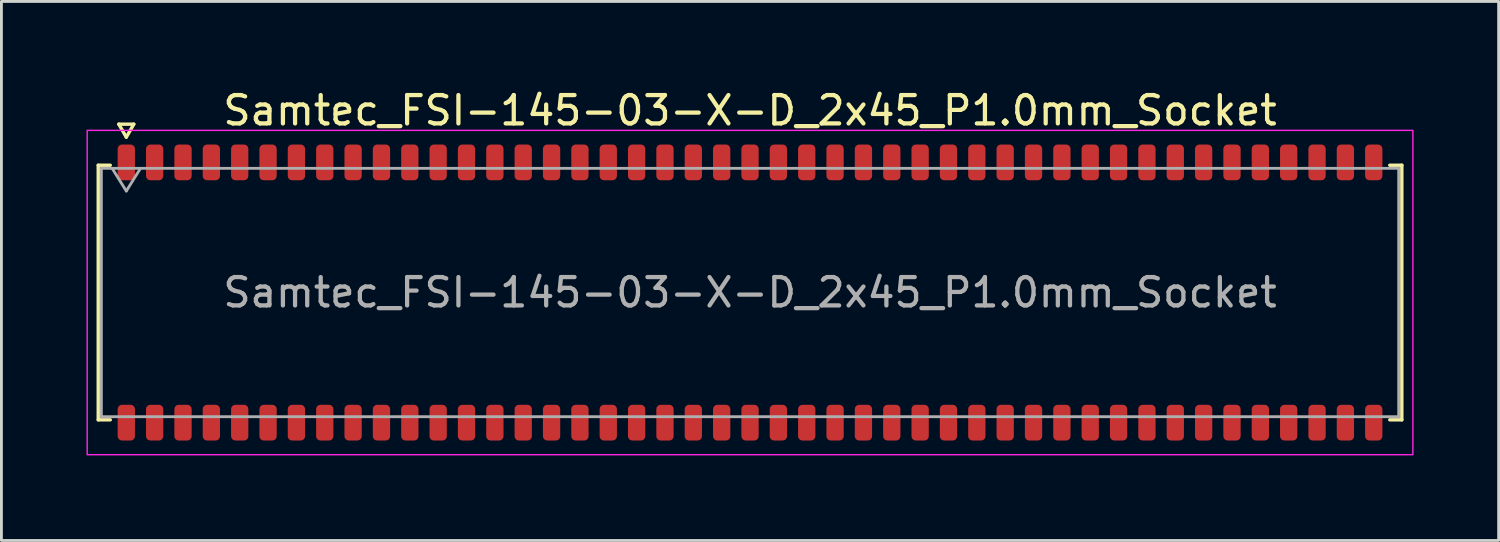
<source format=kicad_pcb>
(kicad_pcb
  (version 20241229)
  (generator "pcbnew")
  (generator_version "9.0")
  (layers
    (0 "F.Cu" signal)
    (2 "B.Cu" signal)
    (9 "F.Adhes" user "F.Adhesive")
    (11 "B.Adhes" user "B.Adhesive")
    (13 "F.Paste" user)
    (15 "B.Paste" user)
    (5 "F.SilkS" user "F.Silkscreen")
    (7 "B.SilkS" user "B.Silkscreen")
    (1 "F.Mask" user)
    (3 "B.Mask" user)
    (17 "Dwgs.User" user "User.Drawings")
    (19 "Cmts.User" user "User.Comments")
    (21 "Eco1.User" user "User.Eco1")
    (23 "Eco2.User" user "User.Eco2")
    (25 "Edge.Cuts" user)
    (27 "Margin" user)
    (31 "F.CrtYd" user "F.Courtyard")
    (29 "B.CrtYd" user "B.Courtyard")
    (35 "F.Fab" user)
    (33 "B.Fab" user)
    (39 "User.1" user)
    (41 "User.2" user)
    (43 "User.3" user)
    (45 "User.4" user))
  (footprint "Samtec_FSI-145-03-X-D_2x45_P1.0mm_Socket"
    (layer "F.Cu")
    (at 23.405 7.268)
    (property "Reference" "Samtec_FSI-145-03-X-D_2x45_P1.0mm_Socket" (at 0 -6.42 0) (layer "F.SilkS") (effects (font (size 1 1) (thickness 0.15))))
    (attr smd)
    (fp_line (start -22.99 -4.49) (end -22.565 -4.49) (stroke (width 0.12) (type solid)) (layer "F.SilkS"))
    (fp_line (start -22.99 4.49) (end -22.99 -4.49) (stroke (width 0.12) (type solid)) (layer "F.SilkS"))
    (fp_line (start -22.565 4.49) (end -22.99 4.49) (stroke (width 0.12) (type solid)) (layer "F.SilkS"))
    (fp_line (start -22.264 -5.938) (end -22 -5.48) (stroke (width 0.12) (type solid)) (layer "F.SilkS"))
    (fp_line (start -22 -5.48) (end -21.736 -5.938) (stroke (width 0.12) (type solid)) (layer "F.SilkS"))
    (fp_line (start -21.736 -5.938) (end -22.264 -5.938) (stroke (width 0.12) (type solid)) (layer "F.SilkS"))
    (fp_line (start 22.565 -4.49) (end 22.99 -4.49) (stroke (width 0.12) (type solid)) (layer "F.SilkS"))
    (fp_line (start 22.99 -4.49) (end 22.99 4.49) (stroke (width 0.12) (type solid)) (layer "F.SilkS"))
    (fp_line (start 22.99 4.49) (end 22.565 4.49) (stroke (width 0.12) (type solid)) (layer "F.SilkS"))
    (fp_rect (start -23.38 -5.72) (end 23.38 5.72) (stroke (width 0.05) (type solid)) (fill no) (layer "F.CrtYd"))
    (fp_line (start -22.88 -4.38) (end 22.88 -4.38) (stroke (width 0.1) (type solid)) (layer "F.Fab"))
    (fp_line (start -22.88 4.38) (end -22.88 -4.38) (stroke (width 0.1) (type solid)) (layer "F.Fab"))
    (fp_line (start -22.5 -4.38) (end -22 -3.58) (stroke (width 0.1) (type solid)) (layer "F.Fab"))
    (fp_line (start -22 -3.58) (end -21.5 -4.38) (stroke (width 0.1) (type solid)) (layer "F.Fab"))
    (fp_line (start 22.88 -4.38) (end 22.88 4.38) (stroke (width 0.1) (type solid)) (layer "F.Fab"))
    (fp_line (start 22.88 4.38) (end -22.88 4.38) (stroke (width 0.1) (type solid)) (layer "F.Fab"))
    (fp_text user "${REFERENCE}" (at 0 0 0) (layer "F.Fab") (effects (font (size 1 1) (thickness 0.15))))
    (pad "1" smd roundrect (at -22 -4.59) (size 0.61 1.26) (layers "F.Cu" "F.Mask" "F.Paste") (roundrect_rratio 0.25))
    (pad "2" smd roundrect (at -22 4.59) (size 0.61 1.26) (layers "F.Cu" "F.Mask" "F.Paste") (roundrect_rratio 0.25))
    (pad "3" smd roundrect (at -21 -4.59) (size 0.61 1.26) (layers "F.Cu" "F.Mask" "F.Paste") (roundrect_rratio 0.25))
    (pad "4" smd roundrect (at -21 4.59) (size 0.61 1.26) (layers "F.Cu" "F.Mask" "F.Paste") (roundrect_rratio 0.25))
    (pad "5" smd roundrect (at -20 -4.59) (size 0.61 1.26) (layers "F.Cu" "F.Mask" "F.Paste") (roundrect_rratio 0.25))
    (pad "6" smd roundrect (at -20 4.59) (size 0.61 1.26) (layers "F.Cu" "F.Mask" "F.Paste") (roundrect_rratio 0.25))
    (pad "7" smd roundrect (at -19 -4.59) (size 0.61 1.26) (layers "F.Cu" "F.Mask" "F.Paste") (roundrect_rratio 0.25))
    (pad "8" smd roundrect (at -19 4.59) (size 0.61 1.26) (layers "F.Cu" "F.Mask" "F.Paste") (roundrect_rratio 0.25))
    (pad "9" smd roundrect (at -18 -4.59) (size 0.61 1.26) (layers "F.Cu" "F.Mask" "F.Paste") (roundrect_rratio 0.25))
    (pad "10" smd roundrect (at -18 4.59) (size 0.61 1.26) (layers "F.Cu" "F.Mask" "F.Paste") (roundrect_rratio 0.25))
    (pad "11" smd roundrect (at -17 -4.59) (size 0.61 1.26) (layers "F.Cu" "F.Mask" "F.Paste") (roundrect_rratio 0.25))
    (pad "12" smd roundrect (at -17 4.59) (size 0.61 1.26) (layers "F.Cu" "F.Mask" "F.Paste") (roundrect_rratio 0.25))
    (pad "13" smd roundrect (at -16 -4.59) (size 0.61 1.26) (layers "F.Cu" "F.Mask" "F.Paste") (roundrect_rratio 0.25))
    (pad "14" smd roundrect (at -16 4.59) (size 0.61 1.26) (layers "F.Cu" "F.Mask" "F.Paste") (roundrect_rratio 0.25))
    (pad "15" smd roundrect (at -15 -4.59) (size 0.61 1.26) (layers "F.Cu" "F.Mask" "F.Paste") (roundrect_rratio 0.25))
    (pad "16" smd roundrect (at -15 4.59) (size 0.61 1.26) (layers "F.Cu" "F.Mask" "F.Paste") (roundrect_rratio 0.25))
    (pad "17" smd roundrect (at -14 -4.59) (size 0.61 1.26) (layers "F.Cu" "F.Mask" "F.Paste") (roundrect_rratio 0.25))
    (pad "18" smd roundrect (at -14 4.59) (size 0.61 1.26) (layers "F.Cu" "F.Mask" "F.Paste") (roundrect_rratio 0.25))
    (pad "19" smd roundrect (at -13 -4.59) (size 0.61 1.26) (layers "F.Cu" "F.Mask" "F.Paste") (roundrect_rratio 0.25))
    (pad "20" smd roundrect (at -13 4.59) (size 0.61 1.26) (layers "F.Cu" "F.Mask" "F.Paste") (roundrect_rratio 0.25))
    (pad "21" smd roundrect (at -12 -4.59) (size 0.61 1.26) (layers "F.Cu" "F.Mask" "F.Paste") (roundrect_rratio 0.25))
    (pad "22" smd roundrect (at -12 4.59) (size 0.61 1.26) (layers "F.Cu" "F.Mask" "F.Paste") (roundrect_rratio 0.25))
    (pad "23" smd roundrect (at -11 -4.59) (size 0.61 1.26) (layers "F.Cu" "F.Mask" "F.Paste") (roundrect_rratio 0.25))
    (pad "24" smd roundrect (at -11 4.59) (size 0.61 1.26) (layers "F.Cu" "F.Mask" "F.Paste") (roundrect_rratio 0.25))
    (pad "25" smd roundrect (at -10 -4.59) (size 0.61 1.26) (layers "F.Cu" "F.Mask" "F.Paste") (roundrect_rratio 0.25))
    (pad "26" smd roundrect (at -10 4.59) (size 0.61 1.26) (layers "F.Cu" "F.Mask" "F.Paste") (roundrect_rratio 0.25))
    (pad "27" smd roundrect (at -9 -4.59) (size 0.61 1.26) (layers "F.Cu" "F.Mask" "F.Paste") (roundrect_rratio 0.25))
    (pad "28" smd roundrect (at -9 4.59) (size 0.61 1.26) (layers "F.Cu" "F.Mask" "F.Paste") (roundrect_rratio 0.25))
    (pad "29" smd roundrect (at -8 -4.59) (size 0.61 1.26) (layers "F.Cu" "F.Mask" "F.Paste") (roundrect_rratio 0.25))
    (pad "30" smd roundrect (at -8 4.59) (size 0.61 1.26) (layers "F.Cu" "F.Mask" "F.Paste") (roundrect_rratio 0.25))
    (pad "31" smd roundrect (at -7 -4.59) (size 0.61 1.26) (layers "F.Cu" "F.Mask" "F.Paste") (roundrect_rratio 0.25))
    (pad "32" smd roundrect (at -7 4.59) (size 0.61 1.26) (layers "F.Cu" "F.Mask" "F.Paste") (roundrect_rratio 0.25))
    (pad "33" smd roundrect (at -6 -4.59) (size 0.61 1.26) (layers "F.Cu" "F.Mask" "F.Paste") (roundrect_rratio 0.25))
    (pad "34" smd roundrect (at -6 4.59) (size 0.61 1.26) (layers "F.Cu" "F.Mask" "F.Paste") (roundrect_rratio 0.25))
    (pad "35" smd roundrect (at -5 -4.59) (size 0.61 1.26) (layers "F.Cu" "F.Mask" "F.Paste") (roundrect_rratio 0.25))
    (pad "36" smd roundrect (at -5 4.59) (size 0.61 1.26) (layers "F.Cu" "F.Mask" "F.Paste") (roundrect_rratio 0.25))
    (pad "37" smd roundrect (at -4 -4.59) (size 0.61 1.26) (layers "F.Cu" "F.Mask" "F.Paste") (roundrect_rratio 0.25))
    (pad "38" smd roundrect (at -4 4.59) (size 0.61 1.26) (layers "F.Cu" "F.Mask" "F.Paste") (roundrect_rratio 0.25))
    (pad "39" smd roundrect (at -3 -4.59) (size 0.61 1.26) (layers "F.Cu" "F.Mask" "F.Paste") (roundrect_rratio 0.25))
    (pad "40" smd roundrect (at -3 4.59) (size 0.61 1.26) (layers "F.Cu" "F.Mask" "F.Paste") (roundrect_rratio 0.25))
    (pad "41" smd roundrect (at -2 -4.59) (size 0.61 1.26) (layers "F.Cu" "F.Mask" "F.Paste") (roundrect_rratio 0.25))
    (pad "42" smd roundrect (at -2 4.59) (size 0.61 1.26) (layers "F.Cu" "F.Mask" "F.Paste") (roundrect_rratio 0.25))
    (pad "43" smd roundrect (at -1 -4.59) (size 0.61 1.26) (layers "F.Cu" "F.Mask" "F.Paste") (roundrect_rratio 0.25))
    (pad "44" smd roundrect (at -1 4.59) (size 0.61 1.26) (layers "F.Cu" "F.Mask" "F.Paste") (roundrect_rratio 0.25))
    (pad "45" smd roundrect (at 0 -4.59) (size 0.61 1.26) (layers "F.Cu" "F.Mask" "F.Paste") (roundrect_rratio 0.25))
    (pad "46" smd roundrect (at 0 4.59) (size 0.61 1.26) (layers "F.Cu" "F.Mask" "F.Paste") (roundrect_rratio 0.25))
    (pad "47" smd roundrect (at 1 -4.59) (size 0.61 1.26) (layers "F.Cu" "F.Mask" "F.Paste") (roundrect_rratio 0.25))
    (pad "48" smd roundrect (at 1 4.59) (size 0.61 1.26) (layers "F.Cu" "F.Mask" "F.Paste") (roundrect_rratio 0.25))
    (pad "49" smd roundrect (at 2 -4.59) (size 0.61 1.26) (layers "F.Cu" "F.Mask" "F.Paste") (roundrect_rratio 0.25))
    (pad "50" smd roundrect (at 2 4.59) (size 0.61 1.26) (layers "F.Cu" "F.Mask" "F.Paste") (roundrect_rratio 0.25))
    (pad "51" smd roundrect (at 3 -4.59) (size 0.61 1.26) (layers "F.Cu" "F.Mask" "F.Paste") (roundrect_rratio 0.25))
    (pad "52" smd roundrect (at 3 4.59) (size 0.61 1.26) (layers "F.Cu" "F.Mask" "F.Paste") (roundrect_rratio 0.25))
    (pad "53" smd roundrect (at 4 -4.59) (size 0.61 1.26) (layers "F.Cu" "F.Mask" "F.Paste") (roundrect_rratio 0.25))
    (pad "54" smd roundrect (at 4 4.59) (size 0.61 1.26) (layers "F.Cu" "F.Mask" "F.Paste") (roundrect_rratio 0.25))
    (pad "55" smd roundrect (at 5 -4.59) (size 0.61 1.26) (layers "F.Cu" "F.Mask" "F.Paste") (roundrect_rratio 0.25))
    (pad "56" smd roundrect (at 5 4.59) (size 0.61 1.26) (layers "F.Cu" "F.Mask" "F.Paste") (roundrect_rratio 0.25))
    (pad "57" smd roundrect (at 6 -4.59) (size 0.61 1.26) (layers "F.Cu" "F.Mask" "F.Paste") (roundrect_rratio 0.25))
    (pad "58" smd roundrect (at 6 4.59) (size 0.61 1.26) (layers "F.Cu" "F.Mask" "F.Paste") (roundrect_rratio 0.25))
    (pad "59" smd roundrect (at 7 -4.59) (size 0.61 1.26) (layers "F.Cu" "F.Mask" "F.Paste") (roundrect_rratio 0.25))
    (pad "60" smd roundrect (at 7 4.59) (size 0.61 1.26) (layers "F.Cu" "F.Mask" "F.Paste") (roundrect_rratio 0.25))
    (pad "61" smd roundrect (at 8 -4.59) (size 0.61 1.26) (layers "F.Cu" "F.Mask" "F.Paste") (roundrect_rratio 0.25))
    (pad "62" smd roundrect (at 8 4.59) (size 0.61 1.26) (layers "F.Cu" "F.Mask" "F.Paste") (roundrect_rratio 0.25))
    (pad "63" smd roundrect (at 9 -4.59) (size 0.61 1.26) (layers "F.Cu" "F.Mask" "F.Paste") (roundrect_rratio 0.25))
    (pad "64" smd roundrect (at 9 4.59) (size 0.61 1.26) (layers "F.Cu" "F.Mask" "F.Paste") (roundrect_rratio 0.25))
    (pad "65" smd roundrect (at 10 -4.59) (size 0.61 1.26) (layers "F.Cu" "F.Mask" "F.Paste") (roundrect_rratio 0.25))
    (pad "66" smd roundrect (at 10 4.59) (size 0.61 1.26) (layers "F.Cu" "F.Mask" "F.Paste") (roundrect_rratio 0.25))
    (pad "67" smd roundrect (at 11 -4.59) (size 0.61 1.26) (layers "F.Cu" "F.Mask" "F.Paste") (roundrect_rratio 0.25))
    (pad "68" smd roundrect (at 11 4.59) (size 0.61 1.26) (layers "F.Cu" "F.Mask" "F.Paste") (roundrect_rratio 0.25))
    (pad "69" smd roundrect (at 12 -4.59) (size 0.61 1.26) (layers "F.Cu" "F.Mask" "F.Paste") (roundrect_rratio 0.25))
    (pad "70" smd roundrect (at 12 4.59) (size 0.61 1.26) (layers "F.Cu" "F.Mask" "F.Paste") (roundrect_rratio 0.25))
    (pad "71" smd roundrect (at 13 -4.59) (size 0.61 1.26) (layers "F.Cu" "F.Mask" "F.Paste") (roundrect_rratio 0.25))
    (pad "72" smd roundrect (at 13 4.59) (size 0.61 1.26) (layers "F.Cu" "F.Mask" "F.Paste") (roundrect_rratio 0.25))
    (pad "73" smd roundrect (at 14 -4.59) (size 0.61 1.26) (layers "F.Cu" "F.Mask" "F.Paste") (roundrect_rratio 0.25))
    (pad "74" smd roundrect (at 14 4.59) (size 0.61 1.26) (layers "F.Cu" "F.Mask" "F.Paste") (roundrect_rratio 0.25))
    (pad "75" smd roundrect (at 15 -4.59) (size 0.61 1.26) (layers "F.Cu" "F.Mask" "F.Paste") (roundrect_rratio 0.25))
    (pad "76" smd roundrect (at 15 4.59) (size 0.61 1.26) (layers "F.Cu" "F.Mask" "F.Paste") (roundrect_rratio 0.25))
    (pad "77" smd roundrect (at 16 -4.59) (size 0.61 1.26) (layers "F.Cu" "F.Mask" "F.Paste") (roundrect_rratio 0.25))
    (pad "78" smd roundrect (at 16 4.59) (size 0.61 1.26) (layers "F.Cu" "F.Mask" "F.Paste") (roundrect_rratio 0.25))
    (pad "79" smd roundrect (at 17 -4.59) (size 0.61 1.26) (layers "F.Cu" "F.Mask" "F.Paste") (roundrect_rratio 0.25))
    (pad "80" smd roundrect (at 17 4.59) (size 0.61 1.26) (layers "F.Cu" "F.Mask" "F.Paste") (roundrect_rratio 0.25))
    (pad "81" smd roundrect (at 18 -4.59) (size 0.61 1.26) (layers "F.Cu" "F.Mask" "F.Paste") (roundrect_rratio 0.25))
    (pad "82" smd roundrect (at 18 4.59) (size 0.61 1.26) (layers "F.Cu" "F.Mask" "F.Paste") (roundrect_rratio 0.25))
    (pad "83" smd roundrect (at 19 -4.59) (size 0.61 1.26) (layers "F.Cu" "F.Mask" "F.Paste") (roundrect_rratio 0.25))
    (pad "84" smd roundrect (at 19 4.59) (size 0.61 1.26) (layers "F.Cu" "F.Mask" "F.Paste") (roundrect_rratio 0.25))
    (pad "85" smd roundrect (at 20 -4.59) (size 0.61 1.26) (layers "F.Cu" "F.Mask" "F.Paste") (roundrect_rratio 0.25))
    (pad "86" smd roundrect (at 20 4.59) (size 0.61 1.26) (layers "F.Cu" "F.Mask" "F.Paste") (roundrect_rratio 0.25))
    (pad "87" smd roundrect (at 21 -4.59) (size 0.61 1.26) (layers "F.Cu" "F.Mask" "F.Paste") (roundrect_rratio 0.25))
    (pad "88" smd roundrect (at 21 4.59) (size 0.61 1.26) (layers "F.Cu" "F.Mask" "F.Paste") (roundrect_rratio 0.25))
    (pad "89" smd roundrect (at 22 -4.59) (size 0.61 1.26) (layers "F.Cu" "F.Mask" "F.Paste") (roundrect_rratio 0.25))
    (pad "90" smd roundrect (at 22 4.59) (size 0.61 1.26) (layers "F.Cu" "F.Mask" "F.Paste") (roundrect_rratio 0.25)))
  (gr_rect
    (start -3 -3)
    (end 49.81 16.013)
    (stroke (width 0.1) (type default))
    (fill no)
    (layer "Edge.Cuts")))
</source>
